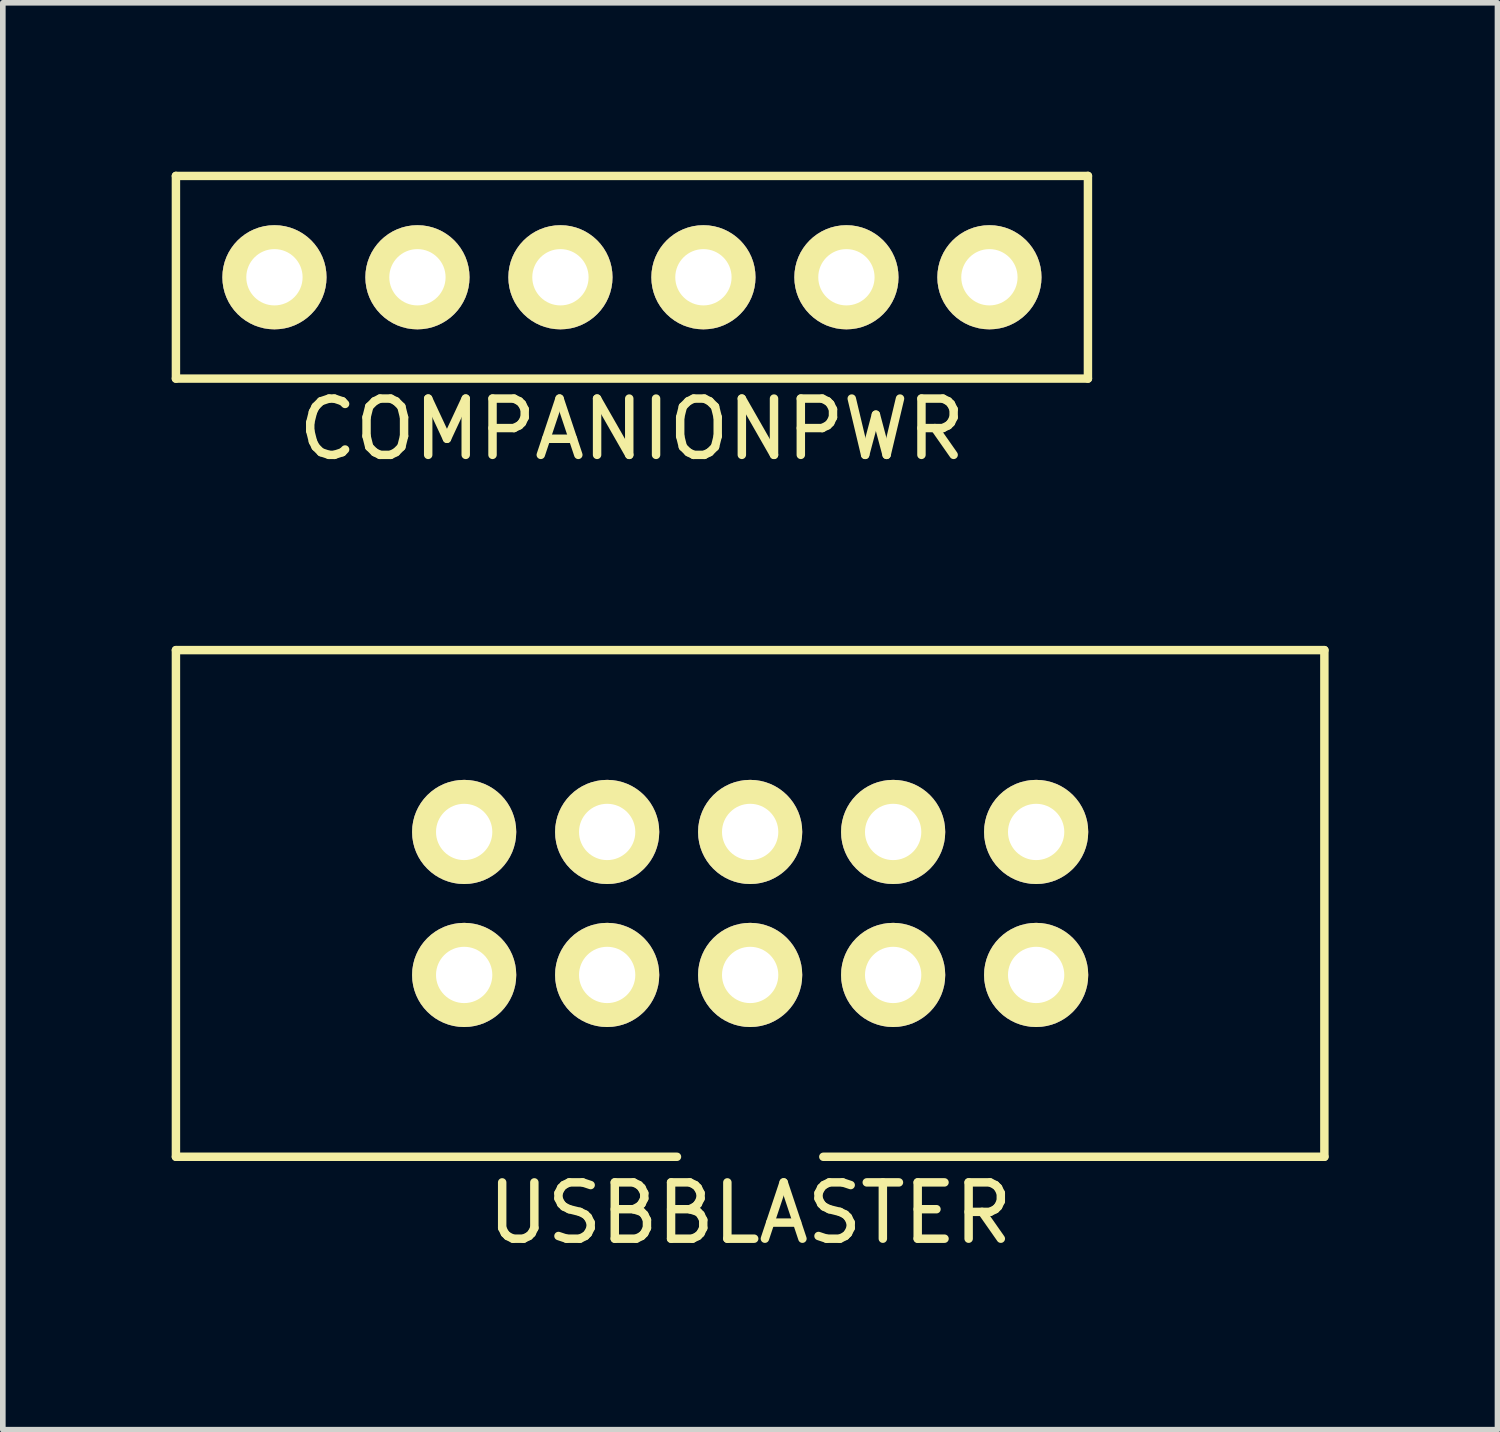
<source format=kicad_pcb>
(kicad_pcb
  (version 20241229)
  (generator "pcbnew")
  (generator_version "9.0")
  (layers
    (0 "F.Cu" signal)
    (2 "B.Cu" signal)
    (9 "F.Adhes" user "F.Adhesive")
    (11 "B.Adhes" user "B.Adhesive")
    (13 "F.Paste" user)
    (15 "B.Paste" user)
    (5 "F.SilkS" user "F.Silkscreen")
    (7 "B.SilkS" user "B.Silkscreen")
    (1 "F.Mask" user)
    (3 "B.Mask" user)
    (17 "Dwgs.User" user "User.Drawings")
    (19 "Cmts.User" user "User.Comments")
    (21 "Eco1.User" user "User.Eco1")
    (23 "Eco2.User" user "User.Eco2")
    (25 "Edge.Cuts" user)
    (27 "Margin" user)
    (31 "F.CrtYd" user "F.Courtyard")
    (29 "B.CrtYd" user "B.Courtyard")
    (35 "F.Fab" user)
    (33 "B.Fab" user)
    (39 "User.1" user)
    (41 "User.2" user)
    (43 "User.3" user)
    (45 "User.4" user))
  (footprint "USBBLASTER"
    (layer "F.Cu")
    (at 10.275 12.998)
    (property "Reference" "USBBLASTER" (at 0 5.5 0) (layer "F.SilkS") (effects (font (size 1 1) (thickness 0.15))))
    (attr through_hole)
    (fp_line (start -10.2 -4.5) (end 10.2 -4.5) (stroke (width 0.15) (type solid)) (layer "F.SilkS"))
    (fp_line (start -10.2 4.5) (end -10.2 -4.5) (stroke (width 0.15) (type solid)) (layer "F.SilkS"))
    (fp_line (start -1.3 4.5) (end -10.2 4.5) (stroke (width 0.15) (type solid)) (layer "F.SilkS"))
    (fp_line (start 10.2 -4.5) (end 10.2 4.5) (stroke (width 0.15) (type solid)) (layer "F.SilkS"))
    (fp_line (start 10.2 4.5) (end 1.3 4.5) (stroke (width 0.15) (type solid)) (layer "F.SilkS"))
    (pad "1" thru_hole circle (at -5.08 1.27) (size 1.85 1.85) (drill 1) (layers "*.Cu" "*.Mask" "F.SilkS"))
    (pad "2" thru_hole circle (at -5.08 -1.27) (size 1.85 1.85) (drill 1) (layers "*.Cu" "*.Mask" "F.SilkS"))
    (pad "3" thru_hole circle (at -2.54 1.27) (size 1.85 1.85) (drill 1) (layers "*.Cu" "*.Mask" "F.SilkS"))
    (pad "4" thru_hole circle (at -2.54 -1.27) (size 1.85 1.85) (drill 1) (layers "*.Cu" "*.Mask" "F.SilkS"))
    (pad "5" thru_hole circle (at 0 1.27) (size 1.85 1.85) (drill 1) (layers "*.Cu" "*.Mask" "F.SilkS"))
    (pad "6" thru_hole circle (at 0 -1.27) (size 1.85 1.85) (drill 1) (layers "*.Cu" "*.Mask" "F.SilkS"))
    (pad "7" thru_hole circle (at 2.54 1.27) (size 1.85 1.85) (drill 1) (layers "*.Cu" "*.Mask" "F.SilkS"))
    (pad "8" thru_hole circle (at 2.54 -1.27) (size 1.85 1.85) (drill 1) (layers "*.Cu" "*.Mask" "F.SilkS"))
    (pad "9" thru_hole circle (at 5.08 1.27) (size 1.85 1.85) (drill 1) (layers "*.Cu" "*.Mask" "F.SilkS"))
    (pad "10" thru_hole circle (at 5.08 -1.27) (size 1.85 1.85) (drill 1) (layers "*.Cu" "*.Mask" "F.SilkS")))
  (footprint "COMPANIONPWR"
    (layer "F.Cu")
    (at 8.175 1.875)
    (property "Reference" "COMPANIONPWR" (at 0 2.7 0) (layer "F.SilkS") (effects (font (size 1 1) (thickness 0.15))))
    (attr through_hole)
    (fp_line (start -8.1 -1.8) (end -8.1 1.8) (stroke (width 0.15) (type solid)) (layer "F.SilkS"))
    (fp_line (start -8.1 1.8) (end 8.1 1.8) (stroke (width 0.15) (type solid)) (layer "F.SilkS"))
    (fp_line (start 8.1 -1.8) (end -8.1 -1.8) (stroke (width 0.15) (type solid)) (layer "F.SilkS"))
    (fp_line (start 8.1 1.8) (end 8.1 -1.8) (stroke (width 0.15) (type solid)) (layer "F.SilkS"))
    (pad "1" thru_hole circle (at -6.35 0) (size 1.85 1.85) (drill 1) (layers "*.Cu" "*.Mask" "F.SilkS"))
    (pad "1" thru_hole circle (at -3.81 0) (size 1.85 1.85) (drill 1) (layers "*.Cu" "*.Mask" "F.SilkS"))
    (pad "2" thru_hole circle (at -1.27 0) (size 1.85 1.85) (drill 1) (layers "*.Cu" "*.Mask" "F.SilkS"))
    (pad "2" thru_hole circle (at 1.27 0) (size 1.85 1.85) (drill 1) (layers "*.Cu" "*.Mask" "F.SilkS"))
    (pad "3" thru_hole circle (at 3.81 0) (size 1.85 1.85) (drill 1) (layers "*.Cu" "*.Mask" "F.SilkS"))
    (pad "3" thru_hole circle (at 6.35 0) (size 1.85 1.85) (drill 1) (layers "*.Cu" "*.Mask" "F.SilkS")))
  (gr_rect
    (start -3 -3)
    (end 23.55 22.346)
    (stroke (width 0.1) (type default))
    (fill no)
    (layer "Edge.Cuts")))
</source>
